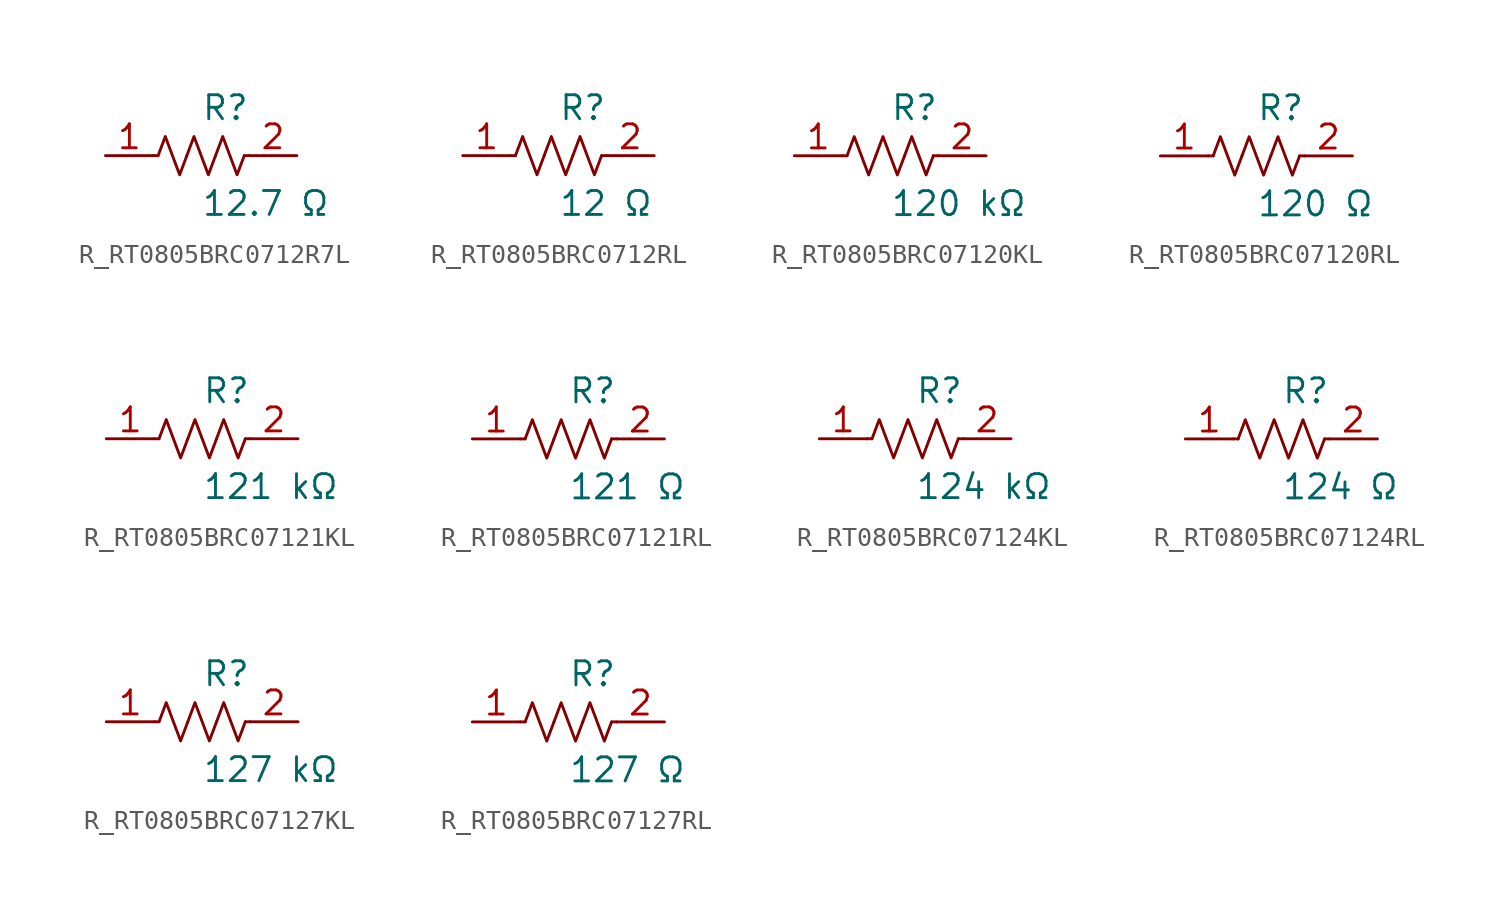
<source format=kicad_sym>
(kicad_symbol_lib
  (version 20231120)
  (generator kicad_symbol_editor)
  (generator_version 8.0)
  (symbol "R_RT0805BRC0712R7L"
    (pin_names
      (offset 0.254))
    (property "Reference" "R"
      (at 0 2.54 0)
      (effects (font (size 1.27 1.27)) (justify left)))
    (property "Value" "12.7 Ω"
      (at 0 -2.54 0)
      (effects (font (size 1.27 1.27)) (justify left)))
    (symbol "R_RT0805BRC0712R7L_0_1"
      (polyline (pts (xy 2.286 0) (xy 2.54 0)) (stroke (width 0) (type default)) (fill (type none)))
      (polyline (pts (xy -2.286 0) (xy -2.54 0)) (stroke (width 0) (type default)) (fill (type none)))
      (polyline (pts (xy 0.762 0) (xy 1.143 1.016) (xy 1.524 0) (xy 1.905 -1.016) (xy 2.286 0)) (stroke (width 0) (type default)) (fill (type none)))
      (polyline (pts (xy -0.762 0) (xy -0.381 1.016) (xy 0 0) (xy 0.381 -1.016) (xy 0.762 0)) (stroke (width 0) (type default)) (fill (type none)))
      (polyline (pts (xy -2.286 0) (xy -1.905 1.016) (xy -1.524 0) (xy -1.143 -1.016) (xy -0.762 0)) (stroke (width 0) (type default)) (fill (type none))))
    (pin unspecified line
      (at -5.08 0 0)
      (length 2.54)
      (name "" (effects (font (size 1.27 1.27))))
      (number "1" (effects (font (size 1.27 1.27)))))
    (pin unspecified line
      (at 5.08 0 180)
      (length 2.54)
      (name "" (effects (font (size 1.27 1.27))))
      (number "2" (effects (font (size 1.27 1.27))))))
  (symbol "R_RT0805BRC0712RL"
    (pin_names
      (offset 0.254))
    (property "Reference" "R"
      (at 0 2.54 0)
      (effects (font (size 1.27 1.27)) (justify left)))
    (property "Value" "12 Ω"
      (at 0 -2.54 0)
      (effects (font (size 1.27 1.27)) (justify left)))
    (symbol "R_RT0805BRC0712RL_0_1"
      (polyline (pts (xy 2.286 0) (xy 2.54 0)) (stroke (width 0) (type default)) (fill (type none)))
      (polyline (pts (xy -2.286 0) (xy -2.54 0)) (stroke (width 0) (type default)) (fill (type none)))
      (polyline (pts (xy 0.762 0) (xy 1.143 1.016) (xy 1.524 0) (xy 1.905 -1.016) (xy 2.286 0)) (stroke (width 0) (type default)) (fill (type none)))
      (polyline (pts (xy -0.762 0) (xy -0.381 1.016) (xy 0 0) (xy 0.381 -1.016) (xy 0.762 0)) (stroke (width 0) (type default)) (fill (type none)))
      (polyline (pts (xy -2.286 0) (xy -1.905 1.016) (xy -1.524 0) (xy -1.143 -1.016) (xy -0.762 0)) (stroke (width 0) (type default)) (fill (type none))))
    (pin unspecified line
      (at -5.08 0 0)
      (length 2.54)
      (name "" (effects (font (size 1.27 1.27))))
      (number "1" (effects (font (size 1.27 1.27)))))
    (pin unspecified line
      (at 5.08 0 180)
      (length 2.54)
      (name "" (effects (font (size 1.27 1.27))))
      (number "2" (effects (font (size 1.27 1.27))))))
  (symbol "R_RT0805BRC07120KL"
    (pin_names
      (offset 0.254))
    (property "Reference" "R"
      (at 0 2.54 0)
      (effects (font (size 1.27 1.27)) (justify left)))
    (property "Value" "120 kΩ"
      (at 0 -2.54 0)
      (effects (font (size 1.27 1.27)) (justify left)))
    (symbol "R_RT0805BRC07120KL_0_1"
      (polyline (pts (xy 2.286 0) (xy 2.54 0)) (stroke (width 0) (type default)) (fill (type none)))
      (polyline (pts (xy -2.286 0) (xy -2.54 0)) (stroke (width 0) (type default)) (fill (type none)))
      (polyline (pts (xy 0.762 0) (xy 1.143 1.016) (xy 1.524 0) (xy 1.905 -1.016) (xy 2.286 0)) (stroke (width 0) (type default)) (fill (type none)))
      (polyline (pts (xy -0.762 0) (xy -0.381 1.016) (xy 0 0) (xy 0.381 -1.016) (xy 0.762 0)) (stroke (width 0) (type default)) (fill (type none)))
      (polyline (pts (xy -2.286 0) (xy -1.905 1.016) (xy -1.524 0) (xy -1.143 -1.016) (xy -0.762 0)) (stroke (width 0) (type default)) (fill (type none))))
    (pin unspecified line
      (at -5.08 0 0)
      (length 2.54)
      (name "" (effects (font (size 1.27 1.27))))
      (number "1" (effects (font (size 1.27 1.27)))))
    (pin unspecified line
      (at 5.08 0 180)
      (length 2.54)
      (name "" (effects (font (size 1.27 1.27))))
      (number "2" (effects (font (size 1.27 1.27))))))
  (symbol "R_RT0805BRC07120RL"
    (pin_names
      (offset 0.254))
    (property "Reference" "R"
      (at 0 2.54 0)
      (effects (font (size 1.27 1.27)) (justify left)))
    (property "Value" "120 Ω"
      (at 0 -2.54 0)
      (effects (font (size 1.27 1.27)) (justify left)))
    (symbol "R_RT0805BRC07120RL_0_1"
      (polyline (pts (xy 2.286 0) (xy 2.54 0)) (stroke (width 0) (type default)) (fill (type none)))
      (polyline (pts (xy -2.286 0) (xy -2.54 0)) (stroke (width 0) (type default)) (fill (type none)))
      (polyline (pts (xy 0.762 0) (xy 1.143 1.016) (xy 1.524 0) (xy 1.905 -1.016) (xy 2.286 0)) (stroke (width 0) (type default)) (fill (type none)))
      (polyline (pts (xy -0.762 0) (xy -0.381 1.016) (xy 0 0) (xy 0.381 -1.016) (xy 0.762 0)) (stroke (width 0) (type default)) (fill (type none)))
      (polyline (pts (xy -2.286 0) (xy -1.905 1.016) (xy -1.524 0) (xy -1.143 -1.016) (xy -0.762 0)) (stroke (width 0) (type default)) (fill (type none))))
    (pin unspecified line
      (at -5.08 0 0)
      (length 2.54)
      (name "" (effects (font (size 1.27 1.27))))
      (number "1" (effects (font (size 1.27 1.27)))))
    (pin unspecified line
      (at 5.08 0 180)
      (length 2.54)
      (name "" (effects (font (size 1.27 1.27))))
      (number "2" (effects (font (size 1.27 1.27))))))
  (symbol "R_RT0805BRC07121KL"
    (pin_names
      (offset 0.254))
    (property "Reference" "R"
      (at 0 2.54 0)
      (effects (font (size 1.27 1.27)) (justify left)))
    (property "Value" "121 kΩ"
      (at 0 -2.54 0)
      (effects (font (size 1.27 1.27)) (justify left)))
    (symbol "R_RT0805BRC07121KL_0_1"
      (polyline (pts (xy 2.286 0) (xy 2.54 0)) (stroke (width 0) (type default)) (fill (type none)))
      (polyline (pts (xy -2.286 0) (xy -2.54 0)) (stroke (width 0) (type default)) (fill (type none)))
      (polyline (pts (xy 0.762 0) (xy 1.143 1.016) (xy 1.524 0) (xy 1.905 -1.016) (xy 2.286 0)) (stroke (width 0) (type default)) (fill (type none)))
      (polyline (pts (xy -0.762 0) (xy -0.381 1.016) (xy 0 0) (xy 0.381 -1.016) (xy 0.762 0)) (stroke (width 0) (type default)) (fill (type none)))
      (polyline (pts (xy -2.286 0) (xy -1.905 1.016) (xy -1.524 0) (xy -1.143 -1.016) (xy -0.762 0)) (stroke (width 0) (type default)) (fill (type none))))
    (pin unspecified line
      (at -5.08 0 0)
      (length 2.54)
      (name "" (effects (font (size 1.27 1.27))))
      (number "1" (effects (font (size 1.27 1.27)))))
    (pin unspecified line
      (at 5.08 0 180)
      (length 2.54)
      (name "" (effects (font (size 1.27 1.27))))
      (number "2" (effects (font (size 1.27 1.27))))))
  (symbol "R_RT0805BRC07121RL"
    (pin_names
      (offset 0.254))
    (property "Reference" "R"
      (at 0 2.54 0)
      (effects (font (size 1.27 1.27)) (justify left)))
    (property "Value" "121 Ω"
      (at 0 -2.54 0)
      (effects (font (size 1.27 1.27)) (justify left)))
    (symbol "R_RT0805BRC07121RL_0_1"
      (polyline (pts (xy 2.286 0) (xy 2.54 0)) (stroke (width 0) (type default)) (fill (type none)))
      (polyline (pts (xy -2.286 0) (xy -2.54 0)) (stroke (width 0) (type default)) (fill (type none)))
      (polyline (pts (xy 0.762 0) (xy 1.143 1.016) (xy 1.524 0) (xy 1.905 -1.016) (xy 2.286 0)) (stroke (width 0) (type default)) (fill (type none)))
      (polyline (pts (xy -0.762 0) (xy -0.381 1.016) (xy 0 0) (xy 0.381 -1.016) (xy 0.762 0)) (stroke (width 0) (type default)) (fill (type none)))
      (polyline (pts (xy -2.286 0) (xy -1.905 1.016) (xy -1.524 0) (xy -1.143 -1.016) (xy -0.762 0)) (stroke (width 0) (type default)) (fill (type none))))
    (pin unspecified line
      (at -5.08 0 0)
      (length 2.54)
      (name "" (effects (font (size 1.27 1.27))))
      (number "1" (effects (font (size 1.27 1.27)))))
    (pin unspecified line
      (at 5.08 0 180)
      (length 2.54)
      (name "" (effects (font (size 1.27 1.27))))
      (number "2" (effects (font (size 1.27 1.27))))))
  (symbol "R_RT0805BRC07124KL"
    (pin_names
      (offset 0.254))
    (property "Reference" "R"
      (at 0 2.54 0)
      (effects (font (size 1.27 1.27)) (justify left)))
    (property "Value" "124 kΩ"
      (at 0 -2.54 0)
      (effects (font (size 1.27 1.27)) (justify left)))
    (symbol "R_RT0805BRC07124KL_0_1"
      (polyline (pts (xy 2.286 0) (xy 2.54 0)) (stroke (width 0) (type default)) (fill (type none)))
      (polyline (pts (xy -2.286 0) (xy -2.54 0)) (stroke (width 0) (type default)) (fill (type none)))
      (polyline (pts (xy 0.762 0) (xy 1.143 1.016) (xy 1.524 0) (xy 1.905 -1.016) (xy 2.286 0)) (stroke (width 0) (type default)) (fill (type none)))
      (polyline (pts (xy -0.762 0) (xy -0.381 1.016) (xy 0 0) (xy 0.381 -1.016) (xy 0.762 0)) (stroke (width 0) (type default)) (fill (type none)))
      (polyline (pts (xy -2.286 0) (xy -1.905 1.016) (xy -1.524 0) (xy -1.143 -1.016) (xy -0.762 0)) (stroke (width 0) (type default)) (fill (type none))))
    (pin unspecified line
      (at -5.08 0 0)
      (length 2.54)
      (name "" (effects (font (size 1.27 1.27))))
      (number "1" (effects (font (size 1.27 1.27)))))
    (pin unspecified line
      (at 5.08 0 180)
      (length 2.54)
      (name "" (effects (font (size 1.27 1.27))))
      (number "2" (effects (font (size 1.27 1.27))))))
  (symbol "R_RT0805BRC07124RL"
    (pin_names
      (offset 0.254))
    (property "Reference" "R"
      (at 0 2.54 0)
      (effects (font (size 1.27 1.27)) (justify left)))
    (property "Value" "124 Ω"
      (at 0 -2.54 0)
      (effects (font (size 1.27 1.27)) (justify left)))
    (symbol "R_RT0805BRC07124RL_0_1"
      (polyline (pts (xy 2.286 0) (xy 2.54 0)) (stroke (width 0) (type default)) (fill (type none)))
      (polyline (pts (xy -2.286 0) (xy -2.54 0)) (stroke (width 0) (type default)) (fill (type none)))
      (polyline (pts (xy 0.762 0) (xy 1.143 1.016) (xy 1.524 0) (xy 1.905 -1.016) (xy 2.286 0)) (stroke (width 0) (type default)) (fill (type none)))
      (polyline (pts (xy -0.762 0) (xy -0.381 1.016) (xy 0 0) (xy 0.381 -1.016) (xy 0.762 0)) (stroke (width 0) (type default)) (fill (type none)))
      (polyline (pts (xy -2.286 0) (xy -1.905 1.016) (xy -1.524 0) (xy -1.143 -1.016) (xy -0.762 0)) (stroke (width 0) (type default)) (fill (type none))))
    (pin unspecified line
      (at -5.08 0 0)
      (length 2.54)
      (name "" (effects (font (size 1.27 1.27))))
      (number "1" (effects (font (size 1.27 1.27)))))
    (pin unspecified line
      (at 5.08 0 180)
      (length 2.54)
      (name "" (effects (font (size 1.27 1.27))))
      (number "2" (effects (font (size 1.27 1.27))))))
  (symbol "R_RT0805BRC07127KL"
    (pin_names
      (offset 0.254))
    (property "Reference" "R"
      (at 0 2.54 0)
      (effects (font (size 1.27 1.27)) (justify left)))
    (property "Value" "127 kΩ"
      (at 0 -2.54 0)
      (effects (font (size 1.27 1.27)) (justify left)))
    (symbol "R_RT0805BRC07127KL_0_1"
      (polyline (pts (xy 2.286 0) (xy 2.54 0)) (stroke (width 0) (type default)) (fill (type none)))
      (polyline (pts (xy -2.286 0) (xy -2.54 0)) (stroke (width 0) (type default)) (fill (type none)))
      (polyline (pts (xy 0.762 0) (xy 1.143 1.016) (xy 1.524 0) (xy 1.905 -1.016) (xy 2.286 0)) (stroke (width 0) (type default)) (fill (type none)))
      (polyline (pts (xy -0.762 0) (xy -0.381 1.016) (xy 0 0) (xy 0.381 -1.016) (xy 0.762 0)) (stroke (width 0) (type default)) (fill (type none)))
      (polyline (pts (xy -2.286 0) (xy -1.905 1.016) (xy -1.524 0) (xy -1.143 -1.016) (xy -0.762 0)) (stroke (width 0) (type default)) (fill (type none))))
    (pin unspecified line
      (at -5.08 0 0)
      (length 2.54)
      (name "" (effects (font (size 1.27 1.27))))
      (number "1" (effects (font (size 1.27 1.27)))))
    (pin unspecified line
      (at 5.08 0 180)
      (length 2.54)
      (name "" (effects (font (size 1.27 1.27))))
      (number "2" (effects (font (size 1.27 1.27))))))
  (symbol "R_RT0805BRC07127RL"
    (pin_names
      (offset 0.254))
    (property "Reference" "R"
      (at 0 2.54 0)
      (effects (font (size 1.27 1.27)) (justify left)))
    (property "Value" "127 Ω"
      (at 0 -2.54 0)
      (effects (font (size 1.27 1.27)) (justify left)))
    (symbol "R_RT0805BRC07127RL_0_1"
      (polyline (pts (xy 2.286 0) (xy 2.54 0)) (stroke (width 0) (type default)) (fill (type none)))
      (polyline (pts (xy -2.286 0) (xy -2.54 0)) (stroke (width 0) (type default)) (fill (type none)))
      (polyline (pts (xy 0.762 0) (xy 1.143 1.016) (xy 1.524 0) (xy 1.905 -1.016) (xy 2.286 0)) (stroke (width 0) (type default)) (fill (type none)))
      (polyline (pts (xy -0.762 0) (xy -0.381 1.016) (xy 0 0) (xy 0.381 -1.016) (xy 0.762 0)) (stroke (width 0) (type default)) (fill (type none)))
      (polyline (pts (xy -2.286 0) (xy -1.905 1.016) (xy -1.524 0) (xy -1.143 -1.016) (xy -0.762 0)) (stroke (width 0) (type default)) (fill (type none))))
    (pin unspecified line
      (at -5.08 0 0)
      (length 2.54)
      (name "" (effects (font (size 1.27 1.27))))
      (number "1" (effects (font (size 1.27 1.27)))))
    (pin unspecified line
      (at 5.08 0 180)
      (length 2.54)
      (name "" (effects (font (size 1.27 1.27))))
      (number "2" (effects (font (size 1.27 1.27)))))))
</source>
